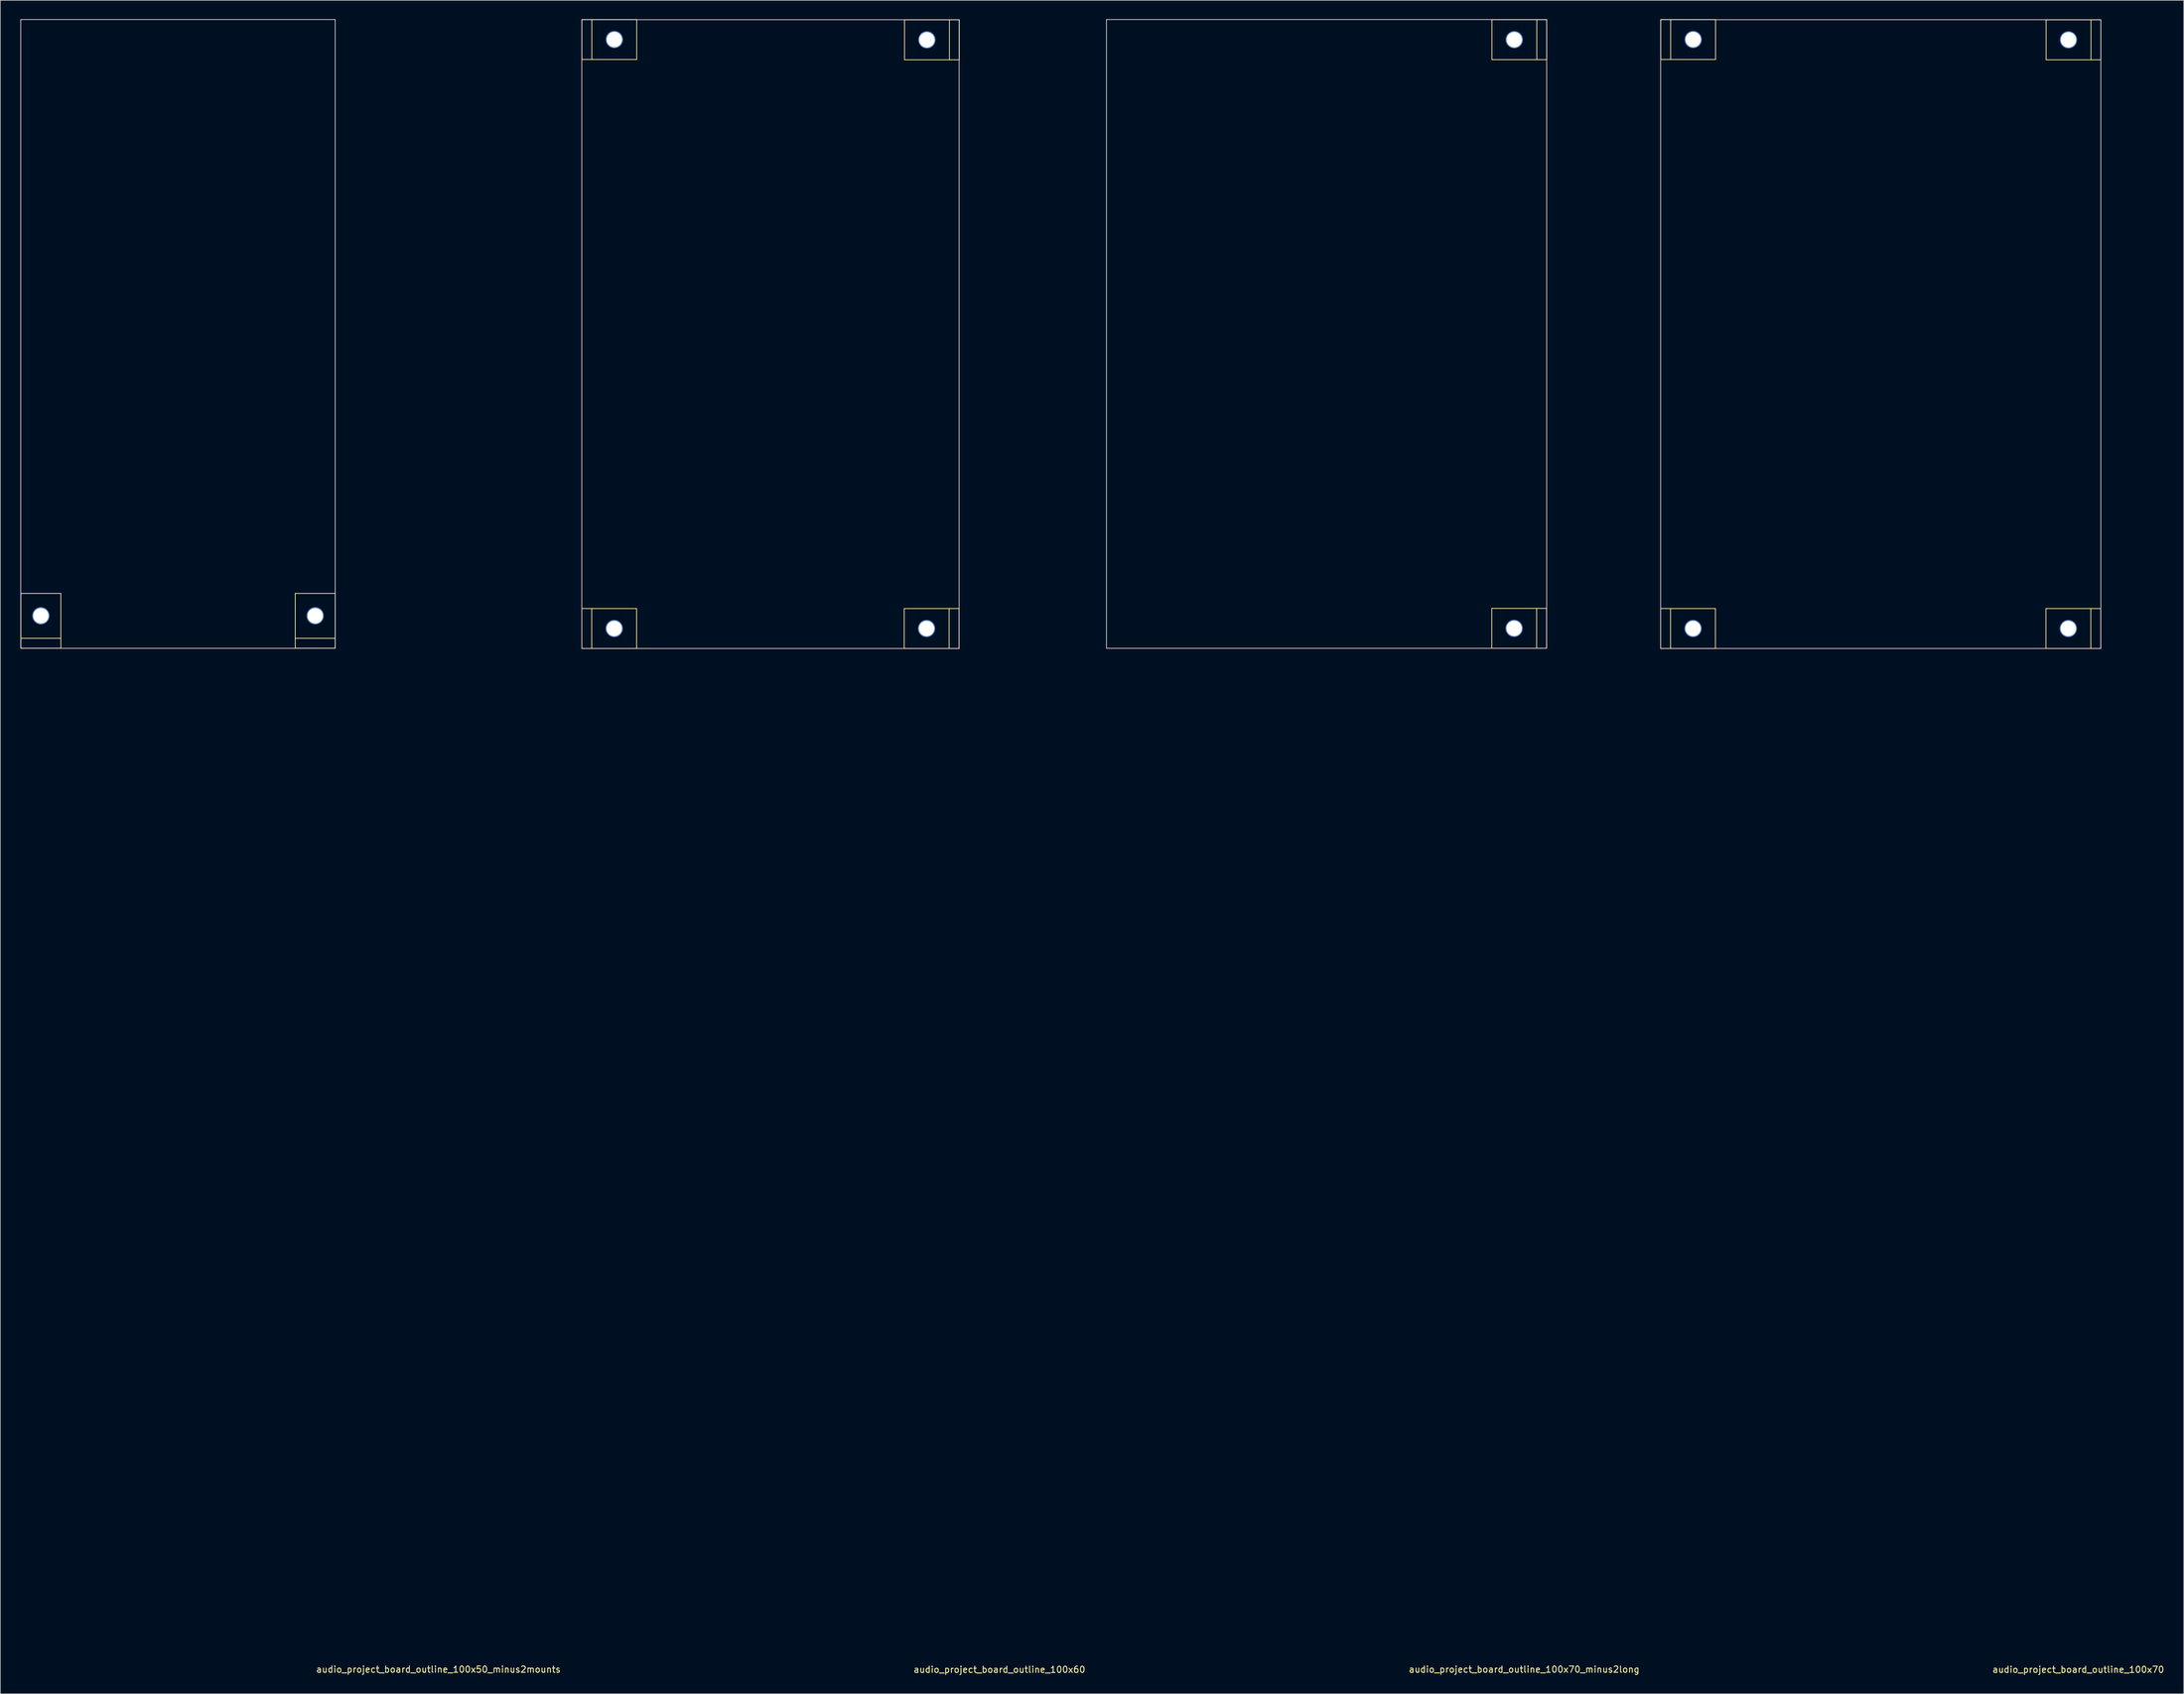
<source format=kicad_pcb>
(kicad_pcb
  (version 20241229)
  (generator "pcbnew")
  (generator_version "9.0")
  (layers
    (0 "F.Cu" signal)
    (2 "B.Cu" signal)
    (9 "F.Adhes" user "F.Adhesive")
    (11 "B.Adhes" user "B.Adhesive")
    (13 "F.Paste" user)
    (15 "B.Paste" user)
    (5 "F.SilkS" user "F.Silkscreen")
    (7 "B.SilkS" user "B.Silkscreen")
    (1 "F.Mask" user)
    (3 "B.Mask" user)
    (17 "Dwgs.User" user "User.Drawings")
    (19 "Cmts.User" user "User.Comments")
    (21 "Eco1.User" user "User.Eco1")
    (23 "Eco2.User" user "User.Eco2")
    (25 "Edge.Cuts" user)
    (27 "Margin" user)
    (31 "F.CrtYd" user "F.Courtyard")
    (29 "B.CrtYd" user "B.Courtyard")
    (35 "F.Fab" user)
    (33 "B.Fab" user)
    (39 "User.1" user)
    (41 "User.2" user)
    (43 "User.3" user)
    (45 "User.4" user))
  (footprint "audio_project_board_outline_100x60"
    (layer "F.Cu")
    (at 89.468 100.085)
    (property "Reference" "audio_project_board_outline_100x60" (at 66.414 162.401 180) (layer "F.SilkS") (effects (font (size 1 1) (thickness 0.15))))
    (attr through_hole)
    (fp_line (start 0 -6.35) (end 8.712 -6.35) (stroke (width 0.12) (type solid)) (layer "F.SilkS"))
    (fp_line (start 0 0) (end 0 -6.35) (stroke (width 0.12) (type solid)) (layer "F.SilkS"))
    (fp_line (start 0 0) (end 8.712 0) (stroke (width 0.12) (type solid)) (layer "F.SilkS"))
    (fp_line (start 0.019 -100.025) (end 8.731 -100.025) (stroke (width 0.12) (type solid)) (layer "F.SilkS"))
    (fp_line (start 0.019 -93.675) (end 0.019 -100.025) (stroke (width 0.12) (type solid)) (layer "F.SilkS"))
    (fp_line (start 0.019 -93.675) (end 8.731 -93.675) (stroke (width 0.12) (type solid)) (layer "F.SilkS"))
    (fp_line (start 1.575 0) (end 1.575 -6.35) (stroke (width 0.12) (type solid)) (layer "F.SilkS"))
    (fp_line (start 1.594 -93.675) (end 1.594 -100.025) (stroke (width 0.12) (type solid)) (layer "F.SilkS"))
    (fp_line (start 8.712 0) (end 8.712 -6.35) (stroke (width 0.12) (type solid)) (layer "F.SilkS"))
    (fp_line (start 8.731 -93.675) (end 8.731 -100.025) (stroke (width 0.12) (type solid)) (layer "F.SilkS"))
    (fp_line (start 51.269 -6.35) (end 51.269 0) (stroke (width 0.12) (type solid)) (layer "F.SilkS"))
    (fp_line (start 51.319 -99.975) (end 51.319 -93.625) (stroke (width 0.12) (type solid)) (layer "F.SilkS"))
    (fp_line (start 58.406 -6.35) (end 58.406 0) (stroke (width 0.12) (type solid)) (layer "F.SilkS"))
    (fp_line (start 58.456 -99.975) (end 58.456 -93.625) (stroke (width 0.12) (type solid)) (layer "F.SilkS"))
    (fp_line (start 59.981 -6.35) (end 51.269 -6.35) (stroke (width 0.12) (type solid)) (layer "F.SilkS"))
    (fp_line (start 59.981 -6.35) (end 59.981 0) (stroke (width 0.12) (type solid)) (layer "F.SilkS"))
    (fp_line (start 59.981 0) (end 51.269 0) (stroke (width 0.12) (type solid)) (layer "F.SilkS"))
    (fp_line (start 60.031 -99.975) (end 51.319 -99.975) (stroke (width 0.12) (type solid)) (layer "F.SilkS"))
    (fp_line (start 60.031 -99.975) (end 60.031 -93.625) (stroke (width 0.12) (type solid)) (layer "F.SilkS"))
    (fp_line (start 60.031 -93.625) (end 51.319 -93.625) (stroke (width 0.12) (type solid)) (layer "F.SilkS"))
    (fp_line (start 0 -100) (end 60 -100) (stroke (width 0.12) (type solid)) (layer "Edge.Cuts"))
    (fp_line (start 0 0) (end 0 -100) (stroke (width 0.12) (type solid)) (layer "Edge.Cuts"))
    (fp_line (start 0 0) (end 60 0) (stroke (width 0.12) (type solid)) (layer "Edge.Cuts"))
    (fp_line (start 60 0) (end 60 -100) (stroke (width 0.12) (type solid)) (layer "Edge.Cuts"))
    (pad "1" thru_hole circle (at 5.156 -3.175 180) (size 2.75 2.75) (drill 2.45) (layers "*.Cu" "*.Mask"))
    (pad "1" thru_hole circle (at 5.175 -96.85 180) (size 2.75 2.75) (drill 2.45) (layers "*.Cu" "*.Mask"))
    (pad "1" thru_hole circle (at 54.825 -3.175) (size 2.75 2.75) (drill 2.45) (layers "*.Cu" "*.Mask"))
    (pad "1" thru_hole circle (at 54.875 -96.8) (size 2.75 2.75) (drill 2.45) (layers "*.Cu" "*.Mask")))
  (footprint "audio_project_board_outline_100x70_minus2long"
    (layer "F.Cu")
    (at 172.899 100.06)
    (property "Reference" "audio_project_board_outline_100x70_minus2long" (at 66.414 162.401 180) (layer "F.SilkS") (effects (font (size 1 1) (thickness 0.15))))
    (attr through_hole)
    (fp_line (start 61.269 -6.35) (end 61.269 0) (stroke (width 0.12) (type solid)) (layer "F.SilkS"))
    (fp_line (start 61.294 -99.975) (end 61.294 -93.625) (stroke (width 0.12) (type solid)) (layer "F.SilkS"))
    (fp_line (start 68.406 -6.35) (end 68.406 0) (stroke (width 0.12) (type solid)) (layer "F.SilkS"))
    (fp_line (start 68.431 -99.975) (end 68.431 -93.625) (stroke (width 0.12) (type solid)) (layer "F.SilkS"))
    (fp_line (start 69.981 -6.35) (end 61.269 -6.35) (stroke (width 0.12) (type solid)) (layer "F.SilkS"))
    (fp_line (start 69.981 -6.35) (end 69.981 0) (stroke (width 0.12) (type solid)) (layer "F.SilkS"))
    (fp_line (start 69.981 0) (end 61.269 0) (stroke (width 0.12) (type solid)) (layer "F.SilkS"))
    (fp_line (start 70.006 -99.975) (end 61.294 -99.975) (stroke (width 0.12) (type solid)) (layer "F.SilkS"))
    (fp_line (start 70.006 -99.975) (end 70.006 -93.625) (stroke (width 0.12) (type solid)) (layer "F.SilkS"))
    (fp_line (start 70.006 -93.625) (end 61.294 -93.625) (stroke (width 0.12) (type solid)) (layer "F.SilkS"))
    (fp_line (start 0 -100) (end 70 -100) (stroke (width 0.12) (type solid)) (layer "Edge.Cuts"))
    (fp_line (start 0 0) (end 0 -100) (stroke (width 0.12) (type solid)) (layer "Edge.Cuts"))
    (fp_line (start 0 0) (end 70 0) (stroke (width 0.12) (type solid)) (layer "Edge.Cuts"))
    (fp_line (start 70 0) (end 70 -100) (stroke (width 0.12) (type solid)) (layer "Edge.Cuts"))
    (pad "1" thru_hole circle (at 64.825 -3.175) (size 2.75 2.75) (drill 2.45) (layers "*.Cu" "*.Mask"))
    (pad "1" thru_hole circle (at 64.85 -96.8) (size 2.75 2.75) (drill 2.45) (layers "*.Cu" "*.Mask")))
  (footprint "audio_project_board_outline_100x50_minus2mounts"
    (layer "F.Cu")
    (at 0.25 100.06)
    (property "Reference" "audio_project_board_outline_100x50_minus2mounts" (at 66.414 162.401 180) (layer "F.SilkS") (effects (font (size 1 1) (thickness 0.15))))
    (attr through_hole)
    (fp_line (start 0.025 -0.019) (end 0.025 -8.731) (stroke (width 0.12) (type solid)) (layer "F.SilkS"))
    (fp_line (start 6.375 -8.731) (end 0.025 -8.731) (stroke (width 0.12) (type solid)) (layer "F.SilkS"))
    (fp_line (start 6.375 -1.594) (end 0.025 -1.594) (stroke (width 0.12) (type solid)) (layer "F.SilkS"))
    (fp_line (start 6.375 -0.019) (end 0.025 -0.019) (stroke (width 0.12) (type solid)) (layer "F.SilkS"))
    (fp_line (start 6.375 -0.019) (end 6.375 -8.731) (stroke (width 0.12) (type solid)) (layer "F.SilkS"))
    (fp_line (start 43.65 -0.019) (end 43.65 -8.731) (stroke (width 0.12) (type solid)) (layer "F.SilkS"))
    (fp_line (start 50 -8.731) (end 43.65 -8.731) (stroke (width 0.12) (type solid)) (layer "F.SilkS"))
    (fp_line (start 50 -1.594) (end 43.65 -1.594) (stroke (width 0.12) (type solid)) (layer "F.SilkS"))
    (fp_line (start 50 -0.019) (end 43.65 -0.019) (stroke (width 0.12) (type solid)) (layer "F.SilkS"))
    (fp_line (start 50 -0.019) (end 50 -8.731) (stroke (width 0.12) (type solid)) (layer "F.SilkS"))
    (fp_line (start 0 -100) (end 50 -100) (stroke (width 0.12) (type solid)) (layer "Edge.Cuts"))
    (fp_line (start 0 0) (end 0 -100) (stroke (width 0.12) (type solid)) (layer "Edge.Cuts"))
    (fp_line (start 0 0) (end 50 0) (stroke (width 0.12) (type solid)) (layer "Edge.Cuts"))
    (fp_line (start 50 0) (end 50 -100) (stroke (width 0.12) (type solid)) (layer "Edge.Cuts"))
    (pad "1" thru_hole circle (at 3.2 -5.175 270) (size 2.75 2.75) (drill 2.45) (layers "*.Cu" "*.Mask"))
    (pad "1" thru_hole circle (at 46.825 -5.175 270) (size 2.75 2.75) (drill 2.45) (layers "*.Cu" "*.Mask")))
  (footprint "audio_project_board_outline_100x70"
    (layer "F.Cu")
    (at 261.022 100.085)
    (property "Reference" "audio_project_board_outline_100x70" (at 66.414 162.401 180) (layer "F.SilkS") (effects (font (size 1 1) (thickness 0.15))))
    (attr through_hole)
    (fp_line (start 0 -6.35) (end 8.712 -6.35) (stroke (width 0.12) (type solid)) (layer "F.SilkS"))
    (fp_line (start 0 0) (end 0 -6.35) (stroke (width 0.12) (type solid)) (layer "F.SilkS"))
    (fp_line (start 0 0) (end 8.712 0) (stroke (width 0.12) (type solid)) (layer "F.SilkS"))
    (fp_line (start 0.019 -100.025) (end 8.731 -100.025) (stroke (width 0.12) (type solid)) (layer "F.SilkS"))
    (fp_line (start 0.019 -93.675) (end 0.019 -100.025) (stroke (width 0.12) (type solid)) (layer "F.SilkS"))
    (fp_line (start 0.019 -93.675) (end 8.731 -93.675) (stroke (width 0.12) (type solid)) (layer "F.SilkS"))
    (fp_line (start 1.575 0) (end 1.575 -6.35) (stroke (width 0.12) (type solid)) (layer "F.SilkS"))
    (fp_line (start 1.594 -93.675) (end 1.594 -100.025) (stroke (width 0.12) (type solid)) (layer "F.SilkS"))
    (fp_line (start 8.712 0) (end 8.712 -6.35) (stroke (width 0.12) (type solid)) (layer "F.SilkS"))
    (fp_line (start 8.731 -93.675) (end 8.731 -100.025) (stroke (width 0.12) (type solid)) (layer "F.SilkS"))
    (fp_line (start 61.269 -6.35) (end 61.269 0) (stroke (width 0.12) (type solid)) (layer "F.SilkS"))
    (fp_line (start 61.294 -99.975) (end 61.294 -93.625) (stroke (width 0.12) (type solid)) (layer "F.SilkS"))
    (fp_line (start 68.406 -6.35) (end 68.406 0) (stroke (width 0.12) (type solid)) (layer "F.SilkS"))
    (fp_line (start 68.431 -99.975) (end 68.431 -93.625) (stroke (width 0.12) (type solid)) (layer "F.SilkS"))
    (fp_line (start 69.981 -6.35) (end 61.269 -6.35) (stroke (width 0.12) (type solid)) (layer "F.SilkS"))
    (fp_line (start 69.981 -6.35) (end 69.981 0) (stroke (width 0.12) (type solid)) (layer "F.SilkS"))
    (fp_line (start 69.981 0) (end 61.269 0) (stroke (width 0.12) (type solid)) (layer "F.SilkS"))
    (fp_line (start 70.006 -99.975) (end 61.294 -99.975) (stroke (width 0.12) (type solid)) (layer "F.SilkS"))
    (fp_line (start 70.006 -99.975) (end 70.006 -93.625) (stroke (width 0.12) (type solid)) (layer "F.SilkS"))
    (fp_line (start 70.006 -93.625) (end 61.294 -93.625) (stroke (width 0.12) (type solid)) (layer "F.SilkS"))
    (fp_line (start 0 -100) (end 70 -100) (stroke (width 0.12) (type solid)) (layer "Edge.Cuts"))
    (fp_line (start 0 0) (end 0 -100) (stroke (width 0.12) (type solid)) (layer "Edge.Cuts"))
    (fp_line (start 0 0) (end 70 0) (stroke (width 0.12) (type solid)) (layer "Edge.Cuts"))
    (fp_line (start 70 0) (end 70 -100) (stroke (width 0.12) (type solid)) (layer "Edge.Cuts"))
    (pad "1" thru_hole circle (at 5.156 -3.175 180) (size 2.75 2.75) (drill 2.45) (layers "*.Cu" "*.Mask"))
    (pad "1" thru_hole circle (at 5.175 -96.85 180) (size 2.75 2.75) (drill 2.45) (layers "*.Cu" "*.Mask"))
    (pad "1" thru_hole circle (at 64.825 -3.175) (size 2.75 2.75) (drill 2.45) (layers "*.Cu" "*.Mask"))
    (pad "1" thru_hole circle (at 64.85 -96.8) (size 2.75 2.75) (drill 2.45) (layers "*.Cu" "*.Mask")))
  (gr_rect
    (start -3 -3)
    (end 344.204 266.335)
    (stroke (width 0.1) (type default))
    (fill no)
    (layer "Edge.Cuts")))
</source>
